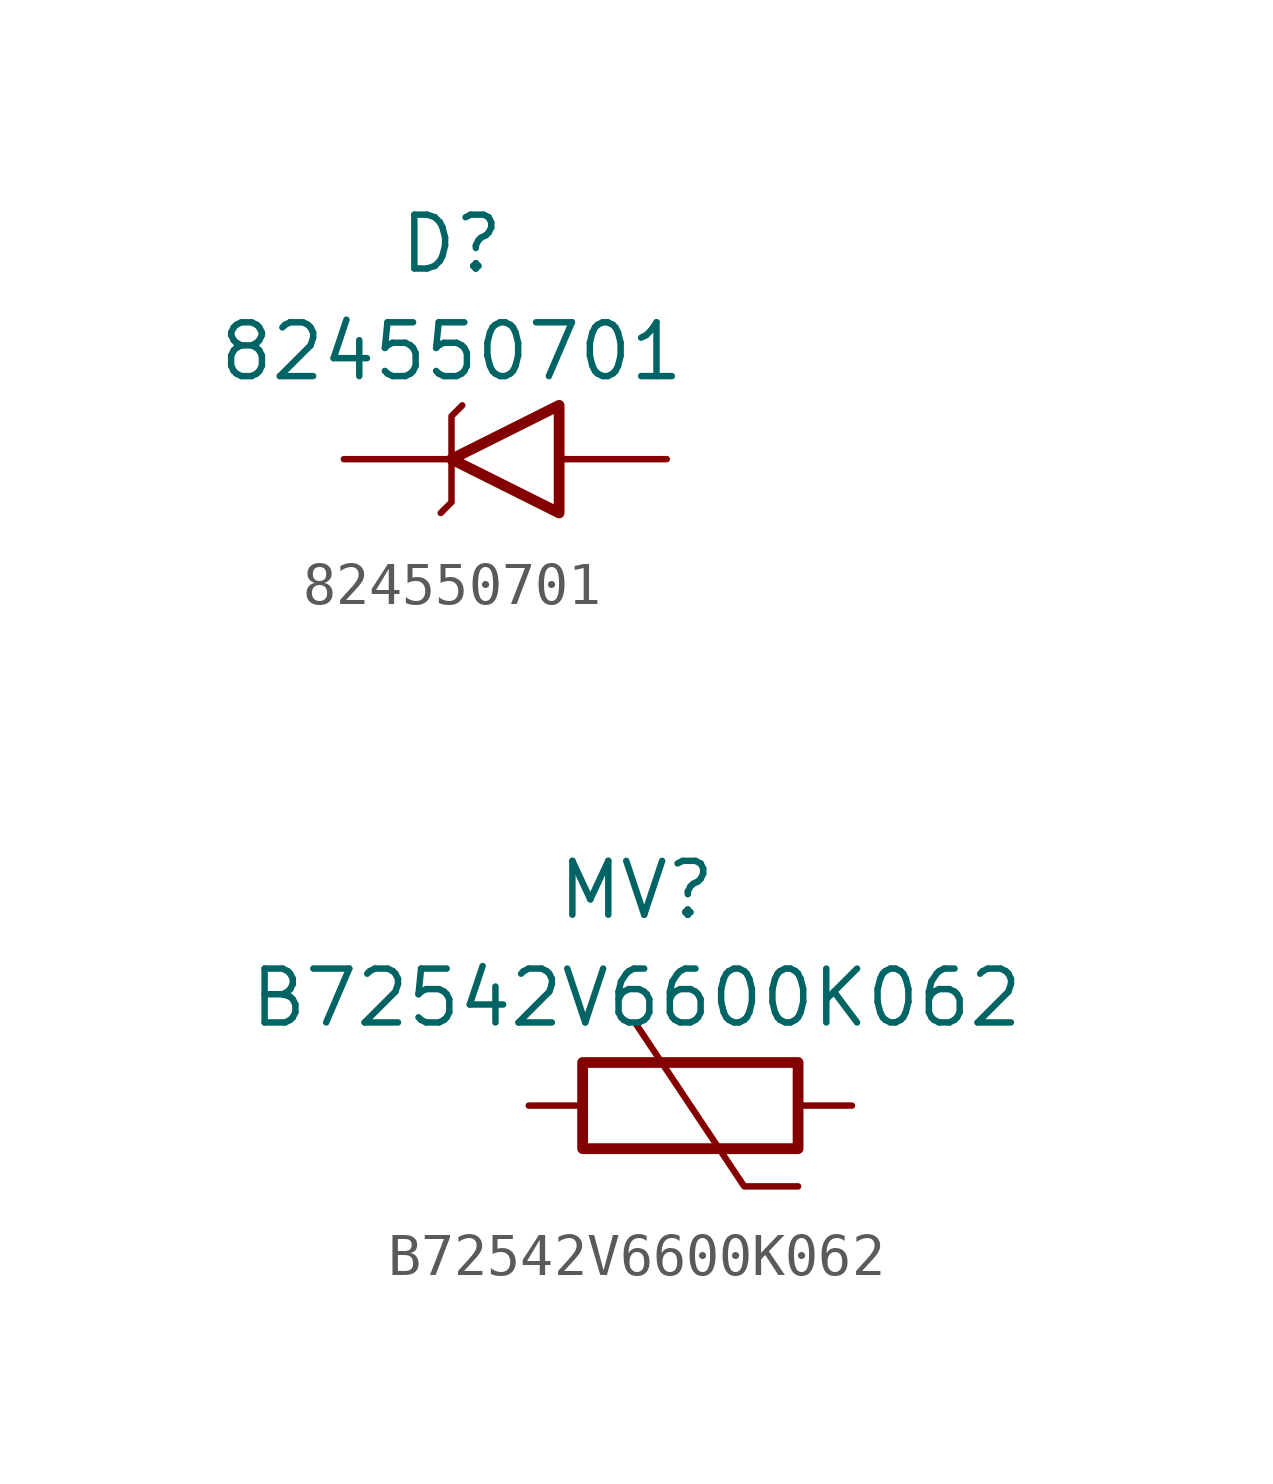
<source format=kicad_sym>
(kicad_symbol_lib
  (version 20220914)
  (generator kicad_symbol_editor)
  (symbol "824550701"
    (pin_numbers hide)
    (pin_names
      (offset 0) hide)
    (property "Reference" "D"
      (at 0 5.08 0)
      (effects (font (size 1.27 1.27))))
    (property "Value" "824550701"
      (at 0 2.54 0)
      (effects (font (size 1.27 1.27))))
    (symbol "824550701_0_1"
      (polyline (pts (xy -0.254 -1.27) (xy 0 -1.016) (xy 0 1.016) (xy 0.254 1.27)) (stroke (width 0) (type default)) (fill (type none)))
      (polyline (pts (xy 2.54 1.27) (xy 2.54 -1.27) (xy 0 0) (xy 2.54 1.27)) (stroke (width 0.254) (type default)) (fill (type none))))
    (symbol "824550701_1_1"
      (pin passive line (at -2.54 0 0) (length 2.54) (name "A1" (effects (font (size 1.27 1.27)))) (number "1" (effects (font (size 1.27 1.27)))))
      (pin passive line (at 5.08 0 180) (length 2.54) (name "A2" (effects (font (size 1.27 1.27)))) (number "2" (effects (font (size 1.27 1.27)))))))
  (symbol "B72542V6600K062"
    (pin_numbers hide)
    (pin_names hide)
    (property "Reference" "MV"
      (at 0 5.08 0)
      (effects (font (size 1.27 1.27))))
    (property "Value" "B72542V6600K062"
      (at 0 2.54 0)
      (effects (font (size 1.27 1.27))))
    (symbol "B72542V6600K062_0_1"
      (rectangle (start -1.27 1.016) (end 3.81 -1.016) (stroke (width 0.254) (type default)) (fill (type none)))
      (polyline (pts (xy 3.81 -1.905) (xy 2.54 -1.905) (xy 0 1.905)) (stroke (width 0) (type default)) (fill (type none))))
    (symbol "B72542V6600K062_1_1"
      (pin passive line (at -2.54 0 0) (length 1.27) (name "~" (effects (font (size 1.27 1.27)))) (number "1" (effects (font (size 1.27 1.27)))))
      (pin passive line (at 5.08 0 180) (length 1.27) (name "~" (effects (font (size 1.27 1.27)))) (number "2" (effects (font (size 1.27 1.27))))))))
</source>
